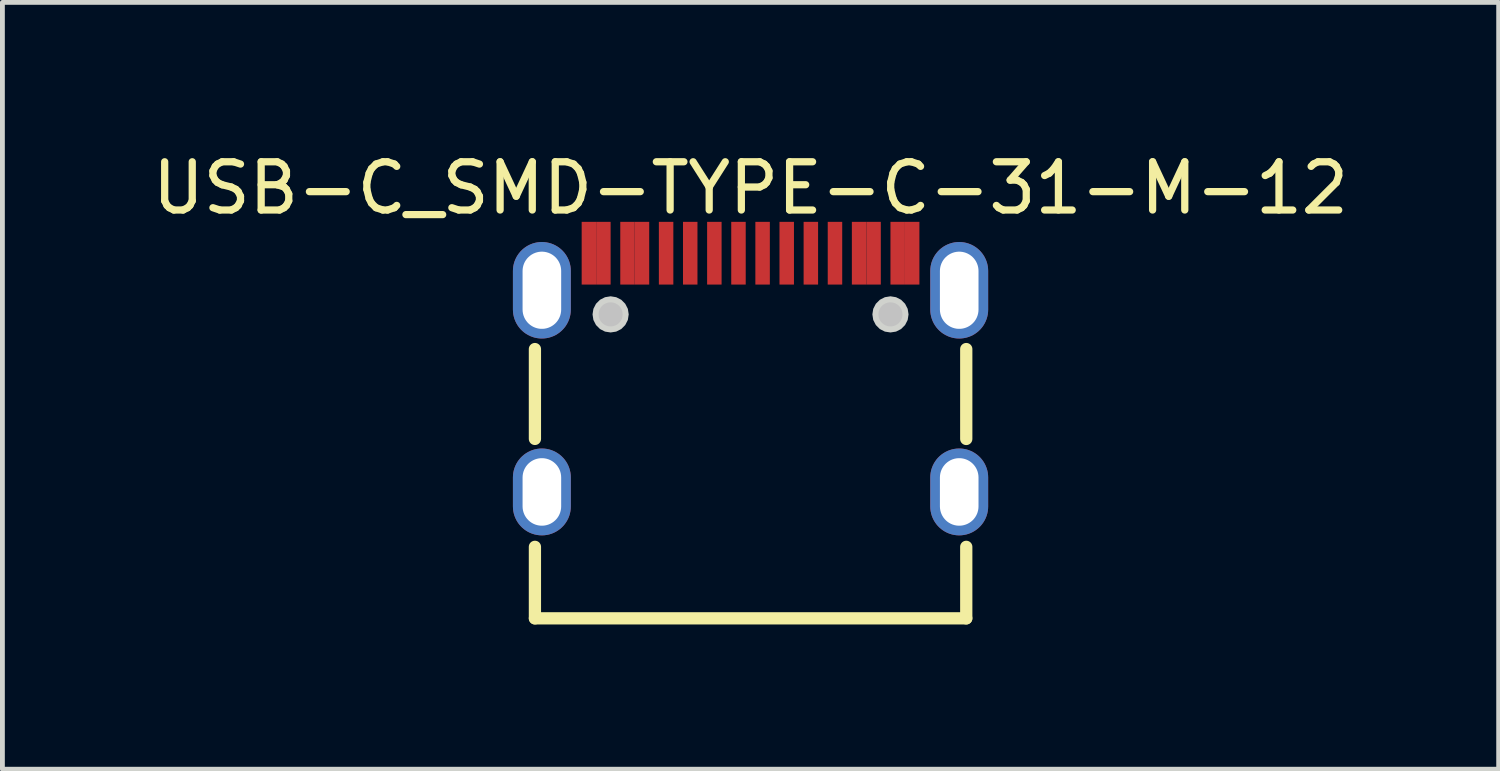
<source format=kicad_pcb>
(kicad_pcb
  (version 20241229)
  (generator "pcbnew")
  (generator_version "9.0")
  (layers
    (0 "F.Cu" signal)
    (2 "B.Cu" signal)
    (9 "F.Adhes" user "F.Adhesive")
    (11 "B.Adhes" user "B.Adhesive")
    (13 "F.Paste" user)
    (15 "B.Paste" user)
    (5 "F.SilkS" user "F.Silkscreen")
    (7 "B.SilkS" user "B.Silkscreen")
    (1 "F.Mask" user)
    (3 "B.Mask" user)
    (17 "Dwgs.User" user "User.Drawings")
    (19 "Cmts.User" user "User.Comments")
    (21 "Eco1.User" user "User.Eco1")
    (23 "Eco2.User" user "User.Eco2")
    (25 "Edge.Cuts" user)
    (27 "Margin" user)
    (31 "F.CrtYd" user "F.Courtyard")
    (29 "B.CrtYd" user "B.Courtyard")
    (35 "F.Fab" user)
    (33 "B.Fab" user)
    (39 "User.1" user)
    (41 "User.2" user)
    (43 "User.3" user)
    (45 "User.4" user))
  (footprint "USB-C_SMD-TYPE-C-31-M-12"
    (layer "F.Cu")
    (at 12.506 4.672)
    (property "Reference" "USB-C_SMD-TYPE-C-31-M-12" (at 0 -3.824 0) (layer "F.SilkS") (effects (font (size 1 1) (thickness 0.15))))
    (fp_line (start -4.469 1.375) (end -4.469 -0.487) (stroke (width 0.254) (type default)) (layer "F.SilkS"))
    (fp_line (start -4.469 5.094) (end -4.469 3.612) (stroke (width 0.254) (type default)) (layer "F.SilkS"))
    (fp_line (start 4.471 1.376) (end 4.471 -0.487) (stroke (width 0.254) (type default)) (layer "F.SilkS"))
    (fp_line (start 4.471 5.094) (end -4.469 5.094) (stroke (width 0.254) (type default)) (layer "F.SilkS"))
    (fp_line (start 4.471 5.094) (end 4.471 3.612) (stroke (width 0.254) (type default)) (layer "F.SilkS"))
    (fp_poly (pts (xy -1.6 -1.824) (xy -1.6 -3.124) (xy -1.9 -3.124) (xy -1.9 -1.824)) (stroke (width 0) (type default)) (fill yes) (layer "F.Paste"))
    (fp_poly (pts (xy -1.4 -3.124) (xy -1.4 -1.824) (xy -1.1 -1.824) (xy -1.1 -3.124)) (stroke (width 0) (type default)) (fill yes) (layer "F.Paste"))
    (fp_poly (pts (xy -0.6 -1.824) (xy -0.6 -3.124) (xy -0.9 -3.124) (xy -0.9 -1.824)) (stroke (width 0) (type default)) (fill yes) (layer "F.Paste"))
    (fp_poly (pts (xy -0.1 -1.824) (xy -0.1 -3.124) (xy -0.4 -3.124) (xy -0.4 -1.824)) (stroke (width 0) (type default)) (fill yes) (layer "F.Paste"))
    (fp_poly (pts (xy 0.4 -1.824) (xy 0.4 -3.124) (xy 0.1 -3.124) (xy 0.1 -1.824)) (stroke (width 0) (type default)) (fill yes) (layer "F.Paste"))
    (fp_poly (pts (xy 0.9 -1.824) (xy 0.9 -3.124) (xy 0.6 -3.124) (xy 0.6 -1.824)) (stroke (width 0) (type default)) (fill yes) (layer "F.Paste"))
    (fp_poly (pts (xy 1.399 -1.824) (xy 1.399 -3.124) (xy 1.099 -3.124) (xy 1.099 -1.824)) (stroke (width 0) (type default)) (fill yes) (layer "F.Paste"))
    (fp_poly (pts (xy 1.9 -1.824) (xy 1.9 -3.124) (xy 1.6 -3.124) (xy 1.6 -1.824)) (stroke (width 0) (type default)) (fill yes) (layer "F.Paste"))
    (fp_poly (pts (xy -2.9 -1.824) (xy -2.9 -3.124) (xy -3.2 -3.124) (xy -3.5 -3.124) (xy -3.5 -1.824) (xy -3.2 -1.824)) (stroke (width 0) (type default)) (fill yes) (layer "F.Paste"))
    (fp_poly (pts (xy -2.1 -1.824) (xy -2.1 -3.124) (xy -2.4 -3.124) (xy -2.7 -3.124) (xy -2.7 -1.824) (xy -2.4 -1.824)) (stroke (width 0) (type default)) (fill yes) (layer "F.Paste"))
    (fp_poly (pts (xy 2.7 -1.825) (xy 2.7 -3.124) (xy 2.4 -3.124) (xy 2.1 -3.124) (xy 2.1 -1.825) (xy 2.4 -1.825)) (stroke (width 0) (type default)) (fill yes) (layer "F.Paste"))
    (fp_poly (pts (xy 3.5 -1.825) (xy 3.5 -3.124) (xy 3.2 -3.124) (xy 2.9 -3.124) (xy 2.9 -1.825) (xy 3.2 -1.825)) (stroke (width 0) (type default)) (fill yes) (layer "F.Paste"))
    (fp_poly (pts (xy -4.34 1.575) (xy -4.37 1.576) (xy -4.399 1.579) (xy -4.429 1.583) (xy -4.458 1.589) (xy -4.487 1.597) (xy -4.516 1.605) (xy -4.545 1.615) (xy -4.572 1.627) (xy -4.599 1.64) (xy -4.625 1.655) (xy -4.651 1.67) (xy -4.676 1.687) (xy -4.699 1.705) (xy -4.722 1.724) (xy -4.744 1.744) (xy -4.765 1.766) (xy -4.785 1.788) (xy -4.803 1.812) (xy -4.821 1.836) (xy -4.837 1.861) (xy -4.852 1.887) (xy -4.865 1.914) (xy -4.878 1.941) (xy -4.889 1.969) (xy -4.899 1.998) (xy -4.907 2.026) (xy -4.913 2.055) (xy -4.918 2.084) (xy -4.922 2.115) (xy -4.925 2.144) (xy -4.925 2.174) (xy -4.925 2.774) (xy -4.925 2.804) (xy -4.922 2.834) (xy -4.918 2.864) (xy -4.913 2.893) (xy -4.907 2.922) (xy -4.899 2.951) (xy -4.889 2.979) (xy -4.878 3.007) (xy -4.865 3.034) (xy -4.852 3.061) (xy -4.837 3.087) (xy -4.821 3.112) (xy -4.803 3.136) (xy -4.785 3.16) (xy -4.765 3.182) (xy -4.744 3.204) (xy -4.722 3.224) (xy -4.699 3.243) (xy -4.676 3.261) (xy -4.651 3.278) (xy -4.625 3.293) (xy -4.599 3.308) (xy -4.572 3.321) (xy -4.545 3.333) (xy -4.516 3.343) (xy -4.487 3.352) (xy -4.458 3.359) (xy -4.429 3.365) (xy -4.399 3.369) (xy -4.37 3.373) (xy -4.34 3.374) (xy -4.31 3.374) (xy -4.28 3.373) (xy -4.25 3.369) (xy -4.221 3.365) (xy -4.191 3.359) (xy -4.162 3.352) (xy -4.134 3.343) (xy -4.106 3.333) (xy -4.079 3.321) (xy -4.051 3.308) (xy -4.025 3.293) (xy -3.999 3.278) (xy -3.975 3.261) (xy -3.951 3.243) (xy -3.928 3.224) (xy -3.906 3.204) (xy -3.885 3.182) (xy -3.865 3.16) (xy -3.847 3.136) (xy -3.829 3.112) (xy -3.813 3.087) (xy -3.798 3.061) (xy -3.784 3.034) (xy -3.772 3.007) (xy -3.761 2.979) (xy -3.752 2.951) (xy -3.744 2.922) (xy -3.737 2.893) (xy -3.732 2.864) (xy -3.728 2.834) (xy -3.726 2.804) (xy -3.725 2.774) (xy -3.725 2.174) (xy -3.726 2.144) (xy -3.728 2.115) (xy -3.732 2.084) (xy -3.737 2.055) (xy -3.744 2.026) (xy -3.752 1.998) (xy -3.761 1.969) (xy -3.772 1.941) (xy -3.784 1.914) (xy -3.798 1.887) (xy -3.813 1.861) (xy -3.829 1.836) (xy -3.847 1.812) (xy -3.865 1.788) (xy -3.885 1.766) (xy -3.906 1.744) (xy -3.928 1.724) (xy -3.951 1.705) (xy -3.975 1.687) (xy -3.999 1.67) (xy -4.025 1.655) (xy -4.051 1.64) (xy -4.079 1.627) (xy -4.106 1.615) (xy -4.134 1.605) (xy -4.162 1.597) (xy -4.191 1.589) (xy -4.221 1.583) (xy -4.25 1.579) (xy -4.28 1.576) (xy -4.31 1.575)) (stroke (width 0) (type default)) (fill yes) (layer "F.Paste"))
    (fp_poly (pts (xy -4.28 -2.704) (xy -4.31 -2.705) (xy -4.34 -2.705) (xy -4.37 -2.704) (xy -4.399 -2.701) (xy -4.429 -2.696) (xy -4.458 -2.691) (xy -4.487 -2.683) (xy -4.516 -2.675) (xy -4.545 -2.664) (xy -4.572 -2.652) (xy -4.599 -2.639) (xy -4.625 -2.626) (xy -4.651 -2.61) (xy -4.676 -2.593) (xy -4.699 -2.575) (xy -4.722 -2.555) (xy -4.744 -2.535) (xy -4.765 -2.514) (xy -4.785 -2.491) (xy -4.803 -2.468) (xy -4.821 -2.444) (xy -4.837 -2.418) (xy -4.852 -2.393) (xy -4.865 -2.366) (xy -4.878 -2.339) (xy -4.889 -2.311) (xy -4.899 -2.283) (xy -4.907 -2.254) (xy -4.913 -2.224) (xy -4.918 -2.195) (xy -4.922 -2.166) (xy -4.925 -2.135) (xy -4.925 -2.106) (xy -4.925 -1.306) (xy -4.925 -1.276) (xy -4.922 -1.246) (xy -4.918 -1.216) (xy -4.913 -1.187) (xy -4.907 -1.157) (xy -4.899 -1.129) (xy -4.889 -1.101) (xy -4.878 -1.073) (xy -4.865 -1.046) (xy -4.852 -1.019) (xy -4.837 -0.993) (xy -4.821 -0.968) (xy -4.803 -0.944) (xy -4.785 -0.92) (xy -4.765 -0.897) (xy -4.744 -0.876) (xy -4.722 -0.856) (xy -4.699 -0.837) (xy -4.676 -0.819) (xy -4.651 -0.802) (xy -4.625 -0.786) (xy -4.599 -0.772) (xy -4.572 -0.759) (xy -4.545 -0.748) (xy -4.516 -0.737) (xy -4.487 -0.728) (xy -4.458 -0.721) (xy -4.429 -0.715) (xy -4.399 -0.711) (xy -4.37 -0.708) (xy -4.34 -0.706) (xy -4.31 -0.706) (xy -4.28 -0.708) (xy -4.25 -0.711) (xy -4.221 -0.715) (xy -4.191 -0.721) (xy -4.162 -0.728) (xy -4.134 -0.737) (xy -4.106 -0.748) (xy -4.079 -0.759) (xy -4.051 -0.772) (xy -4.025 -0.786) (xy -3.999 -0.802) (xy -3.975 -0.819) (xy -3.951 -0.837) (xy -3.928 -0.856) (xy -3.906 -0.876) (xy -3.885 -0.897) (xy -3.865 -0.92) (xy -3.847 -0.944) (xy -3.829 -0.968) (xy -3.813 -0.993) (xy -3.798 -1.019) (xy -3.784 -1.046) (xy -3.772 -1.073) (xy -3.761 -1.101) (xy -3.752 -1.129) (xy -3.744 -1.157) (xy -3.737 -1.187) (xy -3.732 -1.216) (xy -3.728 -1.246) (xy -3.726 -1.276) (xy -3.725 -1.306) (xy -3.725 -2.106) (xy -3.726 -2.135) (xy -3.728 -2.166) (xy -3.732 -2.195) (xy -3.737 -2.224) (xy -3.744 -2.254) (xy -3.752 -2.283) (xy -3.761 -2.311) (xy -3.772 -2.339) (xy -3.784 -2.366) (xy -3.798 -2.393) (xy -3.813 -2.418) (xy -3.829 -2.444) (xy -3.847 -2.468) (xy -3.865 -2.491) (xy -3.885 -2.514) (xy -3.906 -2.535) (xy -3.928 -2.555) (xy -3.951 -2.575) (xy -3.975 -2.593) (xy -3.999 -2.61) (xy -4.025 -2.626) (xy -4.051 -2.639) (xy -4.079 -2.652) (xy -4.106 -2.664) (xy -4.134 -2.675) (xy -4.162 -2.683) (xy -4.191 -2.691) (xy -4.221 -2.696) (xy -4.25 -2.701)) (stroke (width 0) (type default)) (fill yes) (layer "F.Paste"))
    (fp_poly (pts (xy 4.37 -2.704) (xy 4.34 -2.705) (xy 4.31 -2.705) (xy 4.28 -2.704) (xy 4.25 -2.701) (xy 4.221 -2.696) (xy 4.191 -2.691) (xy 4.162 -2.683) (xy 4.134 -2.675) (xy 4.106 -2.664) (xy 4.079 -2.652) (xy 4.051 -2.639) (xy 4.025 -2.626) (xy 3.999 -2.61) (xy 3.975 -2.593) (xy 3.951 -2.575) (xy 3.928 -2.555) (xy 3.906 -2.535) (xy 3.885 -2.514) (xy 3.865 -2.491) (xy 3.847 -2.468) (xy 3.829 -2.444) (xy 3.813 -2.418) (xy 3.798 -2.393) (xy 3.784 -2.366) (xy 3.772 -2.339) (xy 3.761 -2.311) (xy 3.752 -2.283) (xy 3.744 -2.254) (xy 3.737 -2.224) (xy 3.732 -2.195) (xy 3.728 -2.166) (xy 3.726 -2.135) (xy 3.725 -2.106) (xy 3.725 -1.306) (xy 3.726 -1.276) (xy 3.728 -1.246) (xy 3.732 -1.216) (xy 3.737 -1.187) (xy 3.744 -1.157) (xy 3.752 -1.129) (xy 3.761 -1.101) (xy 3.772 -1.073) (xy 3.784 -1.046) (xy 3.798 -1.019) (xy 3.813 -0.993) (xy 3.829 -0.968) (xy 3.847 -0.944) (xy 3.865 -0.92) (xy 3.885 -0.897) (xy 3.906 -0.876) (xy 3.928 -0.856) (xy 3.951 -0.837) (xy 3.975 -0.819) (xy 3.999 -0.802) (xy 4.025 -0.786) (xy 4.051 -0.772) (xy 4.079 -0.759) (xy 4.106 -0.748) (xy 4.134 -0.737) (xy 4.162 -0.728) (xy 4.191 -0.721) (xy 4.221 -0.715) (xy 4.25 -0.711) (xy 4.28 -0.708) (xy 4.31 -0.706) (xy 4.34 -0.706) (xy 4.37 -0.708) (xy 4.399 -0.711) (xy 4.429 -0.715) (xy 4.458 -0.721) (xy 4.487 -0.728) (xy 4.516 -0.737) (xy 4.545 -0.748) (xy 4.572 -0.759) (xy 4.599 -0.772) (xy 4.625 -0.786) (xy 4.651 -0.802) (xy 4.676 -0.819) (xy 4.699 -0.837) (xy 4.722 -0.856) (xy 4.744 -0.876) (xy 4.765 -0.897) (xy 4.785 -0.92) (xy 4.803 -0.944) (xy 4.821 -0.968) (xy 4.837 -0.993) (xy 4.852 -1.019) (xy 4.865 -1.046) (xy 4.878 -1.073) (xy 4.889 -1.101) (xy 4.899 -1.129) (xy 4.907 -1.157) (xy 4.913 -1.187) (xy 4.918 -1.216) (xy 4.922 -1.246) (xy 4.925 -1.276) (xy 4.925 -1.306) (xy 4.925 -2.106) (xy 4.925 -2.135) (xy 4.922 -2.166) (xy 4.918 -2.195) (xy 4.913 -2.224) (xy 4.907 -2.254) (xy 4.899 -2.283) (xy 4.889 -2.311) (xy 4.878 -2.339) (xy 4.865 -2.366) (xy 4.852 -2.393) (xy 4.837 -2.418) (xy 4.821 -2.444) (xy 4.803 -2.468) (xy 4.785 -2.491) (xy 4.765 -2.514) (xy 4.744 -2.535) (xy 4.722 -2.555) (xy 4.699 -2.575) (xy 4.676 -2.593) (xy 4.651 -2.61) (xy 4.625 -2.626) (xy 4.599 -2.639) (xy 4.572 -2.652) (xy 4.545 -2.664) (xy 4.516 -2.675) (xy 4.487 -2.683) (xy 4.458 -2.691) (xy 4.429 -2.696) (xy 4.399 -2.701)) (stroke (width 0) (type default)) (fill yes) (layer "F.Paste"))
    (fp_poly (pts (xy 4.37 1.576) (xy 4.34 1.575) (xy 4.31 1.575) (xy 4.28 1.576) (xy 4.25 1.579) (xy 4.221 1.583) (xy 4.191 1.589) (xy 4.162 1.597) (xy 4.134 1.605) (xy 4.106 1.615) (xy 4.079 1.627) (xy 4.051 1.64) (xy 4.025 1.655) (xy 3.999 1.67) (xy 3.975 1.687) (xy 3.951 1.705) (xy 3.928 1.724) (xy 3.906 1.744) (xy 3.885 1.766) (xy 3.865 1.788) (xy 3.847 1.812) (xy 3.829 1.836) (xy 3.813 1.861) (xy 3.798 1.887) (xy 3.784 1.914) (xy 3.772 1.941) (xy 3.761 1.969) (xy 3.752 1.998) (xy 3.744 2.026) (xy 3.737 2.055) (xy 3.732 2.084) (xy 3.728 2.115) (xy 3.726 2.144) (xy 3.725 2.174) (xy 3.725 2.774) (xy 3.726 2.804) (xy 3.728 2.834) (xy 3.732 2.864) (xy 3.737 2.893) (xy 3.744 2.922) (xy 3.752 2.951) (xy 3.761 2.979) (xy 3.772 3.007) (xy 3.784 3.034) (xy 3.798 3.061) (xy 3.813 3.087) (xy 3.829 3.112) (xy 3.847 3.136) (xy 3.865 3.16) (xy 3.885 3.182) (xy 3.906 3.204) (xy 3.928 3.224) (xy 3.951 3.243) (xy 3.975 3.261) (xy 3.999 3.278) (xy 4.025 3.293) (xy 4.051 3.308) (xy 4.079 3.321) (xy 4.106 3.333) (xy 4.134 3.343) (xy 4.162 3.352) (xy 4.191 3.359) (xy 4.221 3.365) (xy 4.25 3.369) (xy 4.28 3.373) (xy 4.31 3.374) (xy 4.34 3.374) (xy 4.37 3.373) (xy 4.399 3.369) (xy 4.429 3.365) (xy 4.458 3.359) (xy 4.487 3.352) (xy 4.516 3.343) (xy 4.545 3.333) (xy 4.572 3.321) (xy 4.599 3.308) (xy 4.625 3.293) (xy 4.651 3.278) (xy 4.676 3.261) (xy 4.699 3.243) (xy 4.722 3.224) (xy 4.744 3.204) (xy 4.765 3.182) (xy 4.785 3.16) (xy 4.803 3.136) (xy 4.821 3.112) (xy 4.837 3.087) (xy 4.852 3.061) (xy 4.865 3.034) (xy 4.878 3.007) (xy 4.889 2.979) (xy 4.899 2.951) (xy 4.907 2.922) (xy 4.913 2.893) (xy 4.918 2.864) (xy 4.922 2.834) (xy 4.925 2.804) (xy 4.925 2.774) (xy 4.925 2.174) (xy 4.925 2.144) (xy 4.922 2.115) (xy 4.918 2.084) (xy 4.913 2.055) (xy 4.907 2.026) (xy 4.899 1.998) (xy 4.889 1.969) (xy 4.878 1.941) (xy 4.865 1.914) (xy 4.852 1.887) (xy 4.837 1.861) (xy 4.821 1.836) (xy 4.803 1.812) (xy 4.785 1.788) (xy 4.765 1.766) (xy 4.744 1.744) (xy 4.722 1.724) (xy 4.699 1.705) (xy 4.676 1.687) (xy 4.651 1.67) (xy 4.625 1.655) (xy 4.599 1.64) (xy 4.572 1.627) (xy 4.545 1.615) (xy 4.516 1.605) (xy 4.487 1.597) (xy 4.458 1.589) (xy 4.429 1.583) (xy 4.399 1.579)) (stroke (width 0) (type default)) (fill yes) (layer "F.Paste"))
    (fp_circle (center -2.9 -1.206) (end -2.775 -1.206) (stroke (width 0.25) (type default)) (fill no) (layer "Dwgs.User"))
    (fp_circle (center 2.9 -1.206) (end 3.025 -1.206) (stroke (width 0.25) (type default)) (fill no) (layer "Dwgs.User"))
    (fp_poly (pts (xy -2.525 -1.206) (xy -2.543 -1.321) (xy -2.597 -1.426) (xy -2.68 -1.509) (xy -2.784 -1.562) (xy -2.9 -1.581) (xy -3.016 -1.562) (xy -3.12 -1.509) (xy -3.203 -1.426) (xy -3.257 -1.321) (xy -3.275 -1.206) (xy -3.257 -1.09) (xy -3.203 -0.985) (xy -3.12 -0.902) (xy -3.016 -0.849) (xy -2.9 -0.831) (xy -2.784 -0.849) (xy -2.68 -0.902) (xy -2.597 -0.985) (xy -2.543 -1.09)) (stroke (width 0) (type default)) (fill yes) (layer "Edge.Cuts"))
    (fp_poly (pts (xy 3.275 -1.206) (xy 3.257 -1.321) (xy 3.203 -1.426) (xy 3.12 -1.509) (xy 3.016 -1.562) (xy 2.9 -1.581) (xy 2.784 -1.562) (xy 2.68 -1.509) (xy 2.597 -1.426) (xy 2.543 -1.321) (xy 2.525 -1.206) (xy 2.543 -1.09) (xy 2.597 -0.985) (xy 2.68 -0.902) (xy 2.784 -0.849) (xy 2.9 -0.831) (xy 3.016 -0.849) (xy 3.12 -0.902) (xy 3.203 -0.985) (xy 3.257 -1.09)) (stroke (width 0) (type default)) (fill yes) (layer "Edge.Cuts"))
    (fp_poly (pts (xy -4.475 -2.256) (xy -4.175 -2.256) (xy -4.175 -1.156) (xy -4.475 -1.156)) (stroke (width 0.1) (type default)) (fill no) (layer "User.1"))
    (fp_poly (pts (xy -4.475 2.074) (xy -4.175 2.074) (xy -4.175 2.874) (xy -4.475 2.874)) (stroke (width 0.1) (type default)) (fill no) (layer "User.1"))
    (fp_poly (pts (xy -3.41 -2.756) (xy -3.21 -2.756) (xy -3.21 -2.056) (xy -3.41 -2.056)) (stroke (width 0.1) (type default)) (fill no) (layer "User.1"))
    (fp_poly (pts (xy -3.21 -2.756) (xy -3.01 -2.756) (xy -3.01 -2.056) (xy -3.21 -2.056)) (stroke (width 0.1) (type default)) (fill no) (layer "User.1"))
    (fp_poly (pts (xy -2.61 -2.756) (xy -2.41 -2.756) (xy -2.41 -2.056) (xy -2.61 -2.056)) (stroke (width 0.1) (type default)) (fill no) (layer "User.1"))
    (fp_poly (pts (xy -2.41 -2.756) (xy -2.21 -2.756) (xy -2.21 -2.056) (xy -2.41 -2.056)) (stroke (width 0.1) (type default)) (fill no) (layer "User.1"))
    (fp_poly (pts (xy -1.85 -2.756) (xy -1.65 -2.756) (xy -1.65 -2.056) (xy -1.85 -2.056)) (stroke (width 0.1) (type default)) (fill no) (layer "User.1"))
    (fp_poly (pts (xy -1.35 -2.756) (xy -1.15 -2.756) (xy -1.15 -2.056) (xy -1.35 -2.056)) (stroke (width 0.1) (type default)) (fill no) (layer "User.1"))
    (fp_poly (pts (xy -0.85 -2.756) (xy -0.65 -2.756) (xy -0.65 -2.056) (xy -0.85 -2.056)) (stroke (width 0.1) (type default)) (fill no) (layer "User.1"))
    (fp_poly (pts (xy -0.35 -2.756) (xy -0.15 -2.756) (xy -0.15 -2.056) (xy -0.35 -2.056)) (stroke (width 0.1) (type default)) (fill no) (layer "User.1"))
    (fp_poly (pts (xy 0.15 -2.756) (xy 0.35 -2.756) (xy 0.35 -2.056) (xy 0.15 -2.056)) (stroke (width 0.1) (type default)) (fill no) (layer "User.1"))
    (fp_poly (pts (xy 0.65 -2.756) (xy 0.85 -2.756) (xy 0.85 -2.056) (xy 0.65 -2.056)) (stroke (width 0.1) (type default)) (fill no) (layer "User.1"))
    (fp_poly (pts (xy 1.149 -2.756) (xy 1.349 -2.756) (xy 1.349 -2.056) (xy 1.149 -2.056)) (stroke (width 0.1) (type default)) (fill no) (layer "User.1"))
    (fp_poly (pts (xy 1.65 -2.756) (xy 1.85 -2.756) (xy 1.85 -2.056) (xy 1.65 -2.056)) (stroke (width 0.1) (type default)) (fill no) (layer "User.1"))
    (fp_poly (pts (xy 2.21 -2.756) (xy 2.41 -2.756) (xy 2.41 -2.056) (xy 2.21 -2.056)) (stroke (width 0.1) (type default)) (fill no) (layer "User.1"))
    (fp_poly (pts (xy 2.41 -2.756) (xy 2.61 -2.756) (xy 2.61 -2.056) (xy 2.41 -2.056)) (stroke (width 0.1) (type default)) (fill no) (layer "User.1"))
    (fp_poly (pts (xy 3.01 -2.756) (xy 3.21 -2.756) (xy 3.21 -2.056) (xy 3.01 -2.056)) (stroke (width 0.1) (type default)) (fill no) (layer "User.1"))
    (fp_poly (pts (xy 3.21 -2.756) (xy 3.41 -2.756) (xy 3.41 -2.056) (xy 3.21 -2.056)) (stroke (width 0.1) (type default)) (fill no) (layer "User.1"))
    (fp_poly (pts (xy 4.175 -2.256) (xy 4.475 -2.256) (xy 4.475 -1.156) (xy 4.175 -1.156)) (stroke (width 0.1) (type default)) (fill no) (layer "User.1"))
    (fp_poly (pts (xy 4.175 2.074) (xy 4.475 2.074) (xy 4.475 2.874) (xy 4.175 2.874)) (stroke (width 0.1) (type default)) (fill no) (layer "User.1"))
    (fp_line (start -4.47 -2.256) (end 4.47 -2.256) (stroke (width 0.051) (type default)) (layer "User.2"))
    (fp_line (start -4.47 5.094) (end -4.47 -2.256) (stroke (width 0.051) (type default)) (layer "User.2"))
    (fp_line (start 4.47 -2.256) (end 4.47 5.094) (stroke (width 0.051) (type default)) (layer "User.2"))
    (fp_line (start 4.47 5.094) (end -4.47 5.094) (stroke (width 0.051) (type default)) (layer "User.2"))
    (fp_poly (pts (xy -4.415 -2.756) (xy -4.433 -2.798) (xy -4.475 -2.816) (xy -4.517 -2.798) (xy -4.535 -2.756) (xy -4.517 -2.714) (xy -4.475 -2.696) (xy -4.433 -2.714)) (stroke (width 0.1) (type default)) (fill no) (layer "User.3"))
    (pad "0" thru_hole oval (at -4.325 -1.706) (size 1.2 2) (drill oval 0.8 1.6) (layers "*.Cu" "*.Mask"))
    (pad "1" thru_hole oval (at 4.325 -1.706) (size 1.2 2) (drill oval 0.8 1.6) (layers "*.Cu" "*.Mask"))
    (pad "2" thru_hole oval (at 4.325 2.474) (size 1.2 1.8) (drill oval 0.8 1.4) (layers "*.Cu" "*.Mask"))
    (pad "3" thru_hole oval (at -4.325 2.474) (size 1.2 1.8) (drill oval 0.8 1.4) (layers "*.Cu" "*.Mask"))
    (pad "A1" smd rect (at -3.35 -2.474) (size 0.3 1.3) (layers "F.Cu" "F.Mask" "F.Paste"))
    (pad "A4" smd rect (at -2.55 -2.474) (size 0.3 1.3) (layers "F.Cu" "F.Mask" "F.Paste"))
    (pad "A5" smd rect (at -1.25 -2.474) (size 0.3 1.3) (layers "F.Cu" "F.Mask" "F.Paste"))
    (pad "A6" smd rect (at -0.25 -2.474) (size 0.3 1.3) (layers "F.Cu" "F.Mask" "F.Paste"))
    (pad "A7" smd rect (at 0.25 -2.474) (size 0.3 1.3) (layers "F.Cu" "F.Mask" "F.Paste"))
    (pad "A8" smd rect (at 1.25 -2.474) (size 0.3 1.3) (layers "F.Cu" "F.Mask" "F.Paste"))
    (pad "A9" smd rect (at 2.55 -2.474) (size 0.3 1.3) (layers "F.Cu" "F.Mask" "F.Paste"))
    (pad "A12" smd rect (at 3.35 -2.474) (size 0.3 1.3) (layers "F.Cu" "F.Mask" "F.Paste"))
    (pad "B1" smd rect (at 3.05 -2.474) (size 0.3 1.3) (layers "F.Cu" "F.Mask" "F.Paste"))
    (pad "B4" smd rect (at 2.25 -2.474) (size 0.3 1.3) (layers "F.Cu" "F.Mask" "F.Paste"))
    (pad "B5" smd rect (at 1.75 -2.474) (size 0.3 1.3) (layers "F.Cu" "F.Mask" "F.Paste"))
    (pad "B6" smd rect (at 0.75 -2.474) (size 0.3 1.3) (layers "F.Cu" "F.Mask" "F.Paste"))
    (pad "B7" smd rect (at -0.75 -2.474) (size 0.3 1.3) (layers "F.Cu" "F.Mask" "F.Paste"))
    (pad "B8" smd rect (at -1.75 -2.474) (size 0.3 1.3) (layers "F.Cu" "F.Mask" "F.Paste"))
    (pad "B9" smd rect (at -2.25 -2.474) (size 0.3 1.3) (layers "F.Cu" "F.Mask" "F.Paste"))
    (pad "B12" smd rect (at -3.05 -2.474) (size 0.3 1.3) (layers "F.Cu" "F.Mask" "F.Paste")))
  (gr_rect
    (start -3 -3)
    (end 28.012 12.893)
    (stroke (width 0.1) (type default))
    (fill no)
    (layer "Edge.Cuts")))
</source>
